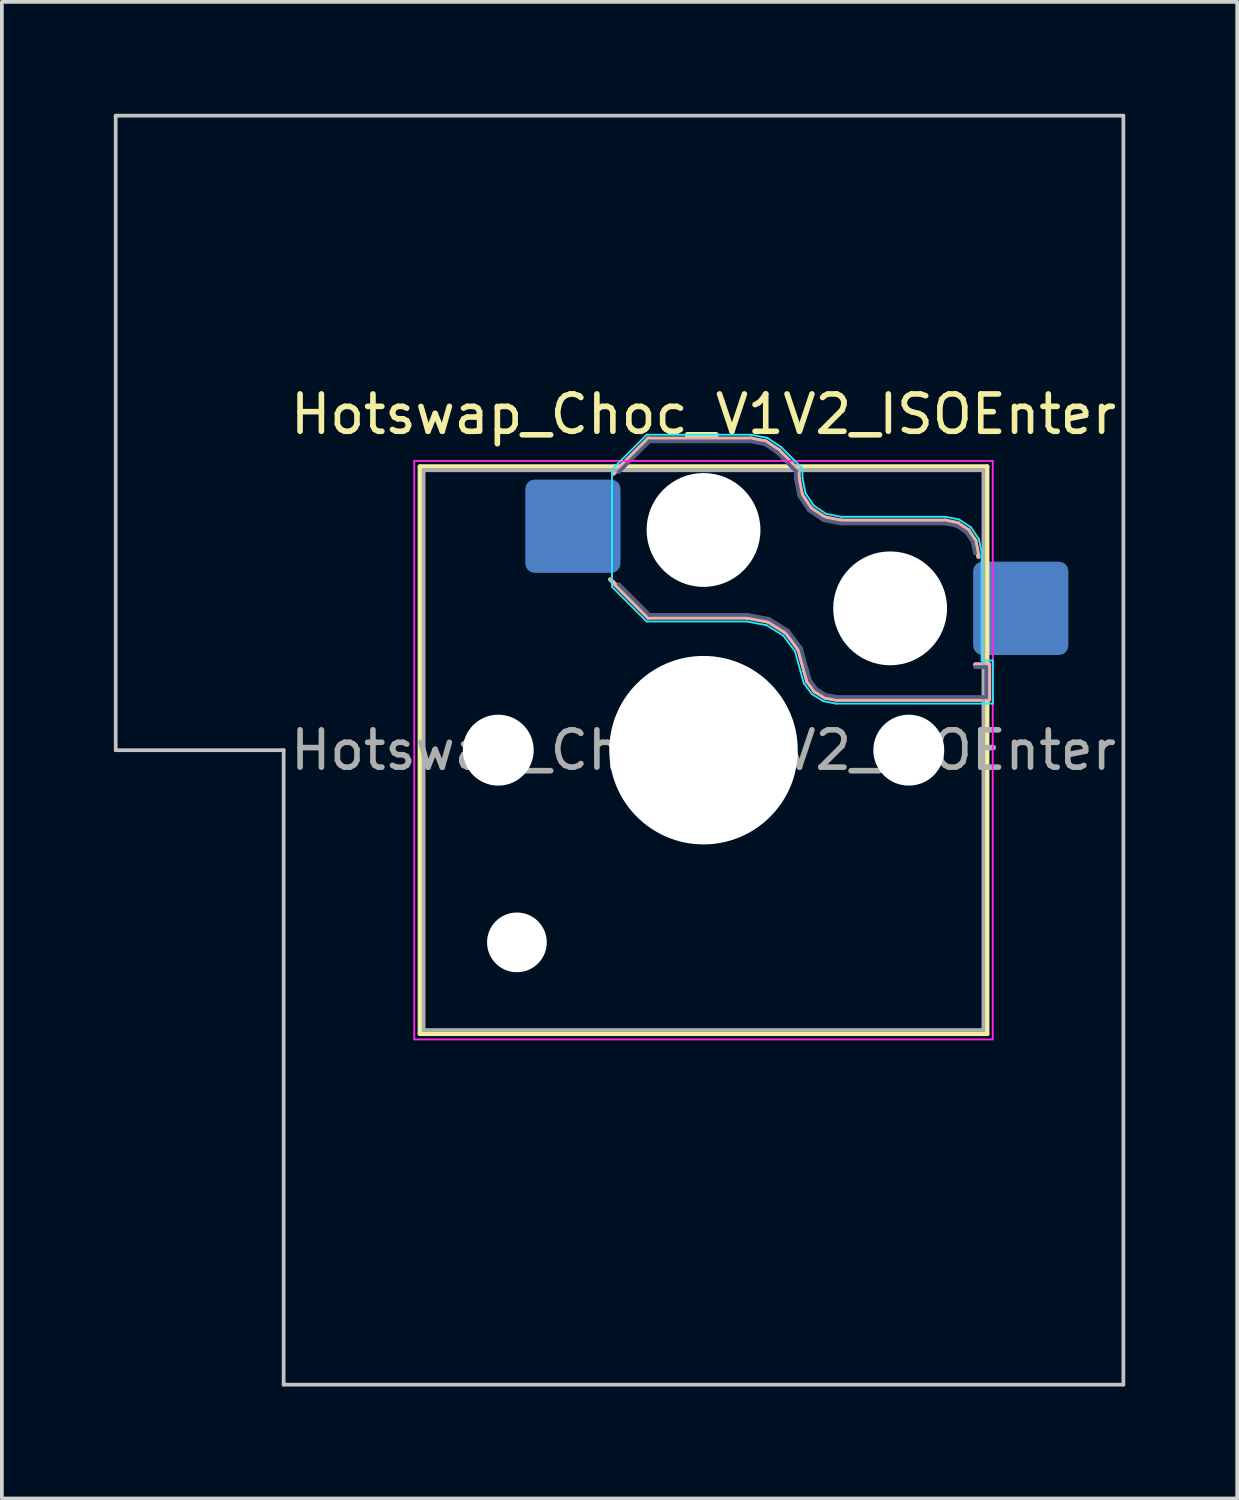
<source format=kicad_pcb>
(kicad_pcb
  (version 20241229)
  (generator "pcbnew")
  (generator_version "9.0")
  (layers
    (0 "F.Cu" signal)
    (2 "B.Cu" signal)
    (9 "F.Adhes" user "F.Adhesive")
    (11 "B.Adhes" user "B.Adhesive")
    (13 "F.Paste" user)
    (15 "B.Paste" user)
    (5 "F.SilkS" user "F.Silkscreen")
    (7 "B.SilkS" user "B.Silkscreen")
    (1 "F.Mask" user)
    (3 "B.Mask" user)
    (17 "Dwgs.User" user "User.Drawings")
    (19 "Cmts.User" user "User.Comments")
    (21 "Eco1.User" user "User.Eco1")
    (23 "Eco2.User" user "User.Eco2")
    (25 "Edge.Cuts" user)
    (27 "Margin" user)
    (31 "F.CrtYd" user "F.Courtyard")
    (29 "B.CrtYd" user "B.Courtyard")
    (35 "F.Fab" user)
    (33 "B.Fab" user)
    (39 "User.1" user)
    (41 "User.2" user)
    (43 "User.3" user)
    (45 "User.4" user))
  (footprint "Hotswap_Choc_V1V2_ISOEnter"
    (layer "F.Cu")
    (at 15.8 17.05)
    (property "Reference" "Hotswap_Choc_V1V2_ISOEnter" (at 0 -9 0) (layer "F.SilkS") (effects (font (size 1 1) (thickness 0.15))))
    (attr smd)
    (fp_line (start -7.6 -7.6) (end -7.6 7.6) (stroke (width 0.12) (type solid)) (layer "F.SilkS"))
    (fp_line (start -7.6 7.6) (end 7.6 7.6) (stroke (width 0.12) (type solid)) (layer "F.SilkS"))
    (fp_line (start 7.6 -7.6) (end -7.6 -7.6) (stroke (width 0.12) (type solid)) (layer "F.SilkS"))
    (fp_line (start 7.6 7.6) (end 7.6 -7.6) (stroke (width 0.12) (type solid)) (layer "F.SilkS"))
    (fp_line (start -2.416 -7.409) (end -1.479 -8.346) (stroke (width 0.12) (type solid)) (layer "B.SilkS"))
    (fp_line (start -1.479 -8.346) (end 1.268 -8.346) (stroke (width 0.12) (type solid)) (layer "B.SilkS"))
    (fp_line (start -1.479 -3.554) (end -2.5 -4.575) (stroke (width 0.12) (type solid)) (layer "B.SilkS"))
    (fp_line (start 1.168 -3.554) (end -1.479 -3.554) (stroke (width 0.12) (type solid)) (layer "B.SilkS"))
    (fp_line (start 1.268 -8.346) (end 1.671 -8.266) (stroke (width 0.12) (type solid)) (layer "B.SilkS"))
    (fp_line (start 1.671 -8.266) (end 2.013 -8.037) (stroke (width 0.12) (type solid)) (layer "B.SilkS"))
    (fp_line (start 1.73 -3.449) (end 1.168 -3.554) (stroke (width 0.12) (type solid)) (layer "B.SilkS"))
    (fp_line (start 2.013 -8.037) (end 2.546 -7.504) (stroke (width 0.12) (type solid)) (layer "B.SilkS"))
    (fp_line (start 2.209 -3.15) (end 1.73 -3.449) (stroke (width 0.12) (type solid)) (layer "B.SilkS"))
    (fp_line (start 2.546 -7.504) (end 2.546 -7.282) (stroke (width 0.12) (type solid)) (layer "B.SilkS"))
    (fp_line (start 2.546 -7.282) (end 2.633 -6.844) (stroke (width 0.12) (type solid)) (layer "B.SilkS"))
    (fp_line (start 2.547 -2.697) (end 2.209 -3.15) (stroke (width 0.12) (type solid)) (layer "B.SilkS"))
    (fp_line (start 2.633 -6.844) (end 2.877 -6.477) (stroke (width 0.12) (type solid)) (layer "B.SilkS"))
    (fp_line (start 2.701 -2.139) (end 2.547 -2.697) (stroke (width 0.12) (type solid)) (layer "B.SilkS"))
    (fp_line (start 2.783 -1.841) (end 2.701 -2.139) (stroke (width 0.12) (type solid)) (layer "B.SilkS"))
    (fp_line (start 2.877 -6.477) (end 3.244 -6.233) (stroke (width 0.12) (type solid)) (layer "B.SilkS"))
    (fp_line (start 2.976 -1.583) (end 2.783 -1.841) (stroke (width 0.12) (type solid)) (layer "B.SilkS"))
    (fp_line (start 3.244 -6.233) (end 3.682 -6.146) (stroke (width 0.12) (type solid)) (layer "B.SilkS"))
    (fp_line (start 3.25 -1.413) (end 2.976 -1.583) (stroke (width 0.12) (type solid)) (layer "B.SilkS"))
    (fp_line (start 3.56 -1.354) (end 3.25 -1.413) (stroke (width 0.12) (type solid)) (layer "B.SilkS"))
    (fp_line (start 3.682 -6.146) (end 6.482 -6.146) (stroke (width 0.12) (type solid)) (layer "B.SilkS"))
    (fp_line (start 6.482 -6.146) (end 6.809 -6.081) (stroke (width 0.12) (type solid)) (layer "B.SilkS"))
    (fp_line (start 6.809 -6.081) (end 7.092 -5.892) (stroke (width 0.12) (type solid)) (layer "B.SilkS"))
    (fp_line (start 7.092 -5.892) (end 7.281 -5.609) (stroke (width 0.12) (type solid)) (layer "B.SilkS"))
    (fp_line (start 7.281 -5.609) (end 7.366 -5.182) (stroke (width 0.12) (type solid)) (layer "B.SilkS"))
    (fp_line (start 7.283 -2.296) (end 7.646 -2.296) (stroke (width 0.12) (type solid)) (layer "B.SilkS"))
    (fp_line (start 7.646 -2.296) (end 7.646 -1.354) (stroke (width 0.12) (type solid)) (layer "B.SilkS"))
    (fp_line (start 7.646 -1.354) (end 3.56 -1.354) (stroke (width 0.12) (type solid)) (layer "B.SilkS"))
    (fp_line (start -15.75 -17) (end -15.75 0) (stroke (width 0.1) (type solid)) (layer "Dwgs.User"))
    (fp_line (start -15.75 0) (end -11.25 0) (stroke (width 0.1) (type solid)) (layer "Dwgs.User"))
    (fp_line (start -11.25 0) (end -11.25 17) (stroke (width 0.1) (type solid)) (layer "Dwgs.User"))
    (fp_line (start -11.25 17) (end 11.25 17) (stroke (width 0.1) (type solid)) (layer "Dwgs.User"))
    (fp_line (start 11.25 -17) (end -15.75 -17) (stroke (width 0.1) (type solid)) (layer "Dwgs.User"))
    (fp_line (start 11.25 17) (end 11.25 -17) (stroke (width 0.1) (type solid)) (layer "Dwgs.User"))
    (fp_line (start -7.25 -7.25) (end -7.25 7.25) (stroke (width 0.1) (type solid)) (layer "Eco1.User"))
    (fp_line (start -7.25 7.25) (end 7.25 7.25) (stroke (width 0.1) (type solid)) (layer "Eco1.User"))
    (fp_line (start 7.25 -7.25) (end -7.25 -7.25) (stroke (width 0.1) (type solid)) (layer "Eco1.User"))
    (fp_line (start 7.25 7.25) (end 7.25 -7.25) (stroke (width 0.1) (type solid)) (layer "Eco1.User"))
    (fp_line (start -2.452 -7.523) (end -1.523 -8.452) (stroke (width 0.05) (type solid)) (layer "B.CrtYd"))
    (fp_line (start -2.452 -4.377) (end -2.452 -7.523) (stroke (width 0.05) (type solid)) (layer "B.CrtYd"))
    (fp_line (start -1.523 -8.452) (end 1.278 -8.452) (stroke (width 0.05) (type solid)) (layer "B.CrtYd"))
    (fp_line (start -1.523 -3.448) (end -2.452 -4.377) (stroke (width 0.05) (type solid)) (layer "B.CrtYd"))
    (fp_line (start 1.159 -3.448) (end -1.523 -3.448) (stroke (width 0.05) (type solid)) (layer "B.CrtYd"))
    (fp_line (start 1.278 -8.452) (end 1.712 -8.366) (stroke (width 0.05) (type solid)) (layer "B.CrtYd"))
    (fp_line (start 1.691 -3.348) (end 1.159 -3.448) (stroke (width 0.05) (type solid)) (layer "B.CrtYd"))
    (fp_line (start 1.712 -8.366) (end 2.081 -8.119) (stroke (width 0.05) (type solid)) (layer "B.CrtYd"))
    (fp_line (start 2.081 -8.119) (end 2.652 -7.548) (stroke (width 0.05) (type solid)) (layer "B.CrtYd"))
    (fp_line (start 2.136 -3.071) (end 1.691 -3.348) (stroke (width 0.05) (type solid)) (layer "B.CrtYd"))
    (fp_line (start 2.45 -2.65) (end 2.136 -3.071) (stroke (width 0.05) (type solid)) (layer "B.CrtYd"))
    (fp_line (start 2.599 -2.111) (end 2.45 -2.65) (stroke (width 0.05) (type solid)) (layer "B.CrtYd"))
    (fp_line (start 2.652 -7.548) (end 2.652 -7.292) (stroke (width 0.05) (type solid)) (layer "B.CrtYd"))
    (fp_line (start 2.652 -7.292) (end 2.733 -6.885) (stroke (width 0.05) (type solid)) (layer "B.CrtYd"))
    (fp_line (start 2.687 -1.794) (end 2.599 -2.111) (stroke (width 0.05) (type solid)) (layer "B.CrtYd"))
    (fp_line (start 2.733 -6.885) (end 2.953 -6.553) (stroke (width 0.05) (type solid)) (layer "B.CrtYd"))
    (fp_line (start 2.903 -1.503) (end 2.687 -1.794) (stroke (width 0.05) (type solid)) (layer "B.CrtYd"))
    (fp_line (start 2.953 -6.553) (end 3.285 -6.333) (stroke (width 0.05) (type solid)) (layer "B.CrtYd"))
    (fp_line (start 3.211 -1.312) (end 2.903 -1.503) (stroke (width 0.05) (type solid)) (layer "B.CrtYd"))
    (fp_line (start 3.285 -6.333) (end 3.692 -6.252) (stroke (width 0.05) (type solid)) (layer "B.CrtYd"))
    (fp_line (start 3.55 -1.248) (end 3.211 -1.312) (stroke (width 0.05) (type solid)) (layer "B.CrtYd"))
    (fp_line (start 3.692 -6.252) (end 6.492 -6.252) (stroke (width 0.05) (type solid)) (layer "B.CrtYd"))
    (fp_line (start 6.492 -6.252) (end 6.85 -6.181) (stroke (width 0.05) (type solid)) (layer "B.CrtYd"))
    (fp_line (start 6.85 -6.181) (end 7.168 -5.968) (stroke (width 0.05) (type solid)) (layer "B.CrtYd"))
    (fp_line (start 7.168 -5.968) (end 7.381 -5.65) (stroke (width 0.05) (type solid)) (layer "B.CrtYd"))
    (fp_line (start 7.381 -5.65) (end 7.452 -5.292) (stroke (width 0.05) (type solid)) (layer "B.CrtYd"))
    (fp_line (start 7.452 -5.292) (end 7.452 -2.402) (stroke (width 0.05) (type solid)) (layer "B.CrtYd"))
    (fp_line (start 7.452 -2.402) (end 7.752 -2.402) (stroke (width 0.05) (type solid)) (layer "B.CrtYd"))
    (fp_line (start 7.752 -2.402) (end 7.752 -1.248) (stroke (width 0.05) (type solid)) (layer "B.CrtYd"))
    (fp_line (start 7.752 -1.248) (end 3.55 -1.248) (stroke (width 0.05) (type solid)) (layer "B.CrtYd"))
    (fp_line (start -7.75 -7.75) (end -7.75 7.75) (stroke (width 0.05) (type solid)) (layer "F.CrtYd"))
    (fp_line (start -7.75 7.75) (end 7.75 7.75) (stroke (width 0.05) (type solid)) (layer "F.CrtYd"))
    (fp_line (start 7.75 -7.75) (end -7.75 -7.75) (stroke (width 0.05) (type solid)) (layer "F.CrtYd"))
    (fp_line (start 7.75 7.75) (end 7.75 -7.75) (stroke (width 0.05) (type solid)) (layer "F.CrtYd"))
    (fp_line (start -2.275 -7.45) (end -1.45 -8.275) (stroke (width 0.1) (type solid)) (layer "B.Fab"))
    (fp_line (start -1.45 -8.275) (end 1.261 -8.275) (stroke (width 0.1) (type solid)) (layer "B.Fab"))
    (fp_line (start -1.45 -3.625) (end -2.275 -4.45) (stroke (width 0.1) (type solid)) (layer "B.Fab"))
    (fp_line (start 1.175 -3.625) (end -1.45 -3.625) (stroke (width 0.1) (type solid)) (layer "B.Fab"))
    (fp_line (start 1.261 -8.275) (end 1.643 -8.199) (stroke (width 0.1) (type solid)) (layer "B.Fab"))
    (fp_line (start 1.643 -8.199) (end 1.968 -7.982) (stroke (width 0.1) (type solid)) (layer "B.Fab"))
    (fp_line (start 1.756 -3.516) (end 1.175 -3.625) (stroke (width 0.1) (type solid)) (layer "B.Fab"))
    (fp_line (start 1.968 -7.982) (end 2.475 -7.475) (stroke (width 0.1) (type solid)) (layer "B.Fab"))
    (fp_line (start 2.258 -3.203) (end 1.756 -3.516) (stroke (width 0.1) (type solid)) (layer "B.Fab"))
    (fp_line (start 2.475 -7.475) (end 2.475 -7.275) (stroke (width 0.1) (type solid)) (layer "B.Fab"))
    (fp_line (start 2.475 -7.275) (end 2.566 -6.816) (stroke (width 0.1) (type solid)) (layer "B.Fab"))
    (fp_line (start 2.566 -6.816) (end 2.826 -6.426) (stroke (width 0.1) (type solid)) (layer "B.Fab"))
    (fp_line (start 2.612 -2.729) (end 2.258 -3.203) (stroke (width 0.1) (type solid)) (layer "B.Fab"))
    (fp_line (start 2.769 -2.158) (end 2.612 -2.729) (stroke (width 0.1) (type solid)) (layer "B.Fab"))
    (fp_line (start 2.826 -6.426) (end 3.216 -6.166) (stroke (width 0.1) (type solid)) (layer "B.Fab"))
    (fp_line (start 2.848 -1.873) (end 2.769 -2.158) (stroke (width 0.1) (type solid)) (layer "B.Fab"))
    (fp_line (start 3.025 -1.636) (end 2.848 -1.873) (stroke (width 0.1) (type solid)) (layer "B.Fab"))
    (fp_line (start 3.216 -6.166) (end 3.675 -6.075) (stroke (width 0.1) (type solid)) (layer "B.Fab"))
    (fp_line (start 3.276 -1.48) (end 3.025 -1.636) (stroke (width 0.1) (type solid)) (layer "B.Fab"))
    (fp_line (start 3.567 -1.425) (end 3.276 -1.48) (stroke (width 0.1) (type solid)) (layer "B.Fab"))
    (fp_line (start 3.675 -6.075) (end 6.475 -6.075) (stroke (width 0.1) (type solid)) (layer "B.Fab"))
    (fp_line (start 6.475 -6.075) (end 6.781 -6.014) (stroke (width 0.1) (type solid)) (layer "B.Fab"))
    (fp_line (start 6.781 -6.014) (end 7.041 -5.841) (stroke (width 0.1) (type solid)) (layer "B.Fab"))
    (fp_line (start 7.041 -5.841) (end 7.214 -5.581) (stroke (width 0.1) (type solid)) (layer "B.Fab"))
    (fp_line (start 7.214 -5.581) (end 7.275 -5.275) (stroke (width 0.1) (type solid)) (layer "B.Fab"))
    (fp_line (start 7.275 -2.225) (end 7.575 -2.225) (stroke (width 0.1) (type solid)) (layer "B.Fab"))
    (fp_line (start 7.575 -2.225) (end 7.575 -1.425) (stroke (width 0.1) (type solid)) (layer "B.Fab"))
    (fp_line (start 7.575 -1.425) (end 3.567 -1.425) (stroke (width 0.1) (type solid)) (layer "B.Fab"))
    (fp_line (start -7.5 -7.5) (end -7.5 7.5) (stroke (width 0.1) (type solid)) (layer "F.Fab"))
    (fp_line (start -7.5 7.5) (end 7.5 7.5) (stroke (width 0.1) (type solid)) (layer "F.Fab"))
    (fp_line (start 7.5 -7.5) (end -7.5 -7.5) (stroke (width 0.1) (type solid)) (layer "F.Fab"))
    (fp_line (start 7.5 7.5) (end 7.5 -7.5) (stroke (width 0.1) (type solid)) (layer "F.Fab"))
    (fp_text user "${REFERENCE}" (at 0 0 0) (layer "F.Fab") (effects (font (size 1 1) (thickness 0.15))))
    (pad "" np_thru_hole circle (at -5.5 0) (size 1.9 1.9) (drill 1.9) (layers "*.Cu" "*.Mask"))
    (pad "" np_thru_hole circle (at -5 5.15) (size 1.6 1.6) (drill 1.6) (layers "*.Cu" "*.Mask"))
    (pad "" np_thru_hole circle (at 0 -5.9) (size 3.05 3.05) (drill 3.05) (layers "*.Cu" "*.Mask"))
    (pad "" np_thru_hole circle (at 0 0) (size 5.05 5.05) (drill 5.05) (layers "*.Cu" "*.Mask"))
    (pad "" np_thru_hole circle (at 5 -3.8) (size 3.05 3.05) (drill 3.05) (layers "*.Cu" "*.Mask"))
    (pad "" np_thru_hole circle (at 5.5 0) (size 1.9 1.9) (drill 1.9) (layers "*.Cu" "*.Mask"))
    (pad "1" smd roundrect (at -3.5 -6) (size 2.55 2.5) (layers "B.Cu" "B.Mask" "B.Paste") (roundrect_rratio 0.1))
    (pad "2" smd roundrect (at 8.5 -3.8) (size 2.55 2.5) (layers "B.Cu" "B.Mask" "B.Paste") (roundrect_rratio 0.1)))
  (gr_rect
    (start -3 -3)
    (end 30.1 37.1)
    (stroke (width 0.1) (type default))
    (fill no)
    (layer "Edge.Cuts")))
</source>
